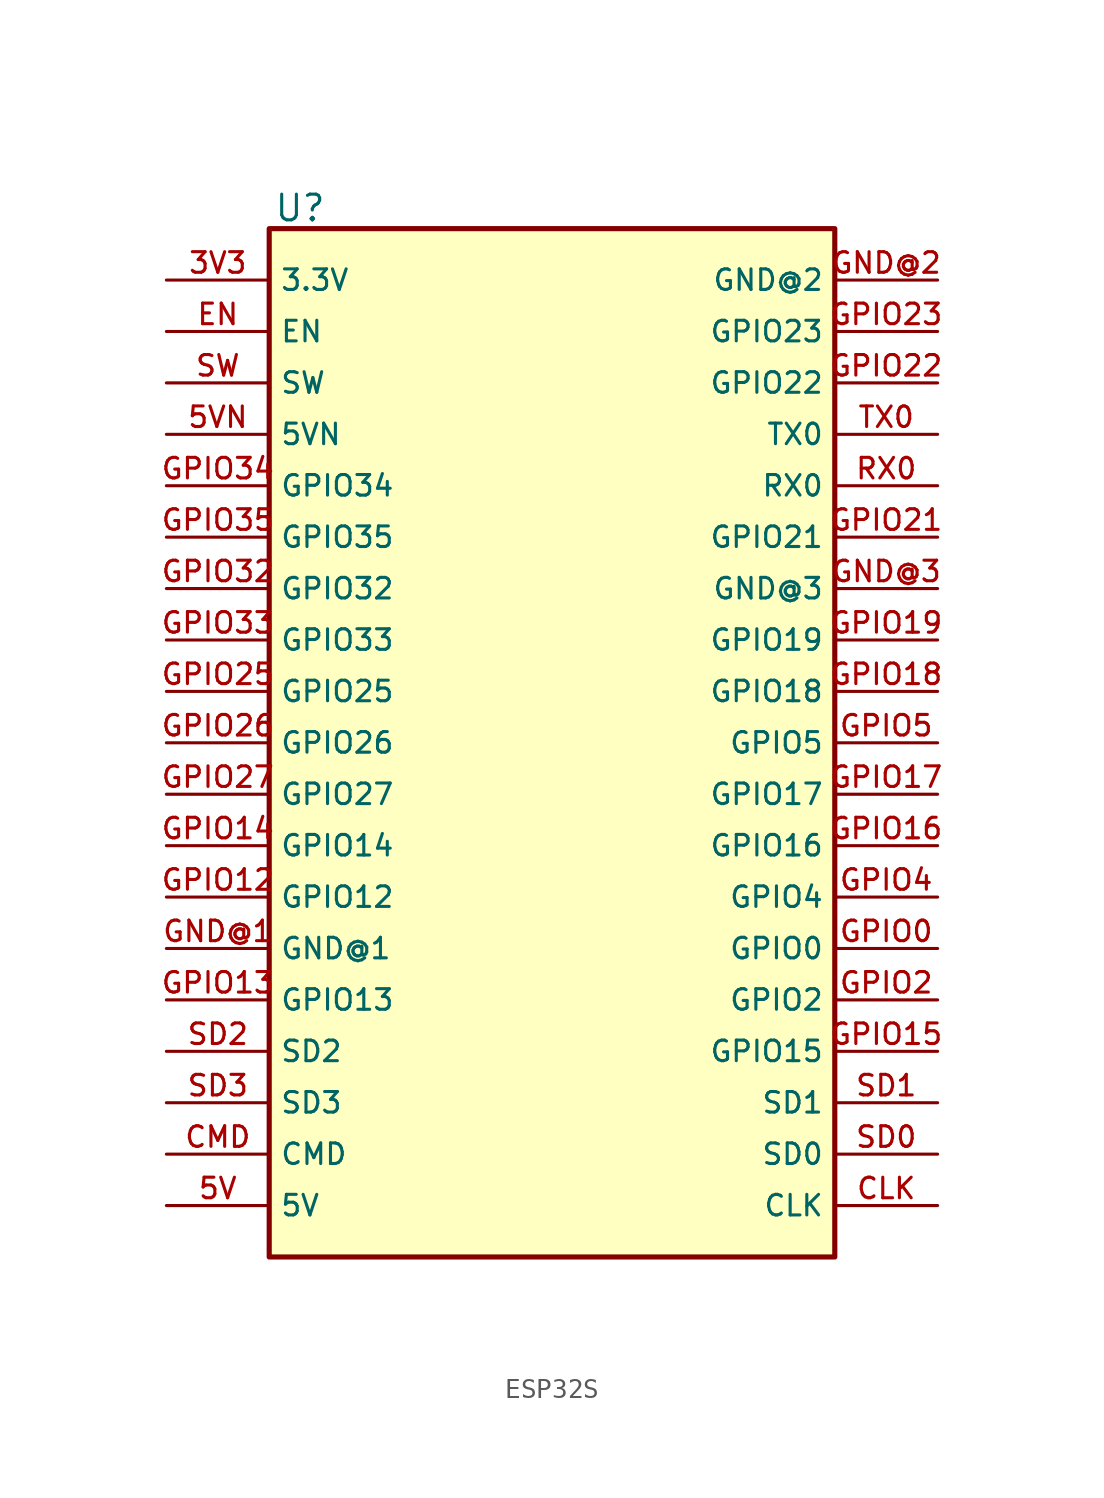
<source format=kicad_sym>
(kicad_symbol_lib
  (version 20231120)
  (generator "kicad_symbol_editor")
  (generator_version "8.0")
  (symbol "ESP32S"
    (property "Reference" "U"
      (at -9.906 51.816 0)
      (effects (font (size 1.27 1.27))))
    (property "Value" ""
      (at 0 0 0)
      (effects (font (size 1.27 1.27))))
    (symbol "ESP32S_0_0"
      (rectangle (start -11.43 50.8) (end 16.51 0) (stroke (width 0.254) (type default)) (fill (type background)))
      (pin bidirectional line (at -16.51 48.26 0) (length 5.08) (name "3.3V" (effects (font (size 1.016 1.016)))) (number "3V3" (effects (font (size 1.016 1.016)))))
      (pin bidirectional line (at -16.51 45.72 0) (length 5.08) (name "EN" (effects (font (size 1.016 1.016)))) (number "EN" (effects (font (size 1.016 1.016)))))
      (pin bidirectional line (at -16.51 15.24 0) (length 5.08) (name "GND@1" (effects (font (size 1.016 1.016)))) (number "GND@1" (effects (font (size 1.016 1.016)))))
      (pin bidirectional line (at 21.59 48.26 180) (length 5.08) (name "GND@2" (effects (font (size 1.016 1.016)))) (number "GND@2" (effects (font (size 1.016 1.016)))))
      (pin bidirectional line (at 21.59 33.02 180) (length 5.08) (name "GND@3" (effects (font (size 1.016 1.016)))) (number "GND@3" (effects (font (size 1.016 1.016)))))
      (pin bidirectional line (at 21.59 15.24 180) (length 5.08) (name "GPIO0" (effects (font (size 1.016 1.016)))) (number "GPIO0" (effects (font (size 1.016 1.016)))))
      (pin bidirectional line (at -16.51 17.78 0) (length 5.08) (name "GPIO12" (effects (font (size 1.016 1.016)))) (number "GPIO12" (effects (font (size 1.016 1.016)))))
      (pin bidirectional line (at -16.51 12.7 0) (length 5.08) (name "GPIO13" (effects (font (size 1.016 1.016)))) (number "GPIO13" (effects (font (size 1.016 1.016)))))
      (pin bidirectional line (at -16.51 20.32 0) (length 5.08) (name "GPIO14" (effects (font (size 1.016 1.016)))) (number "GPIO14" (effects (font (size 1.016 1.016)))))
      (pin bidirectional line (at 21.59 10.16 180) (length 5.08) (name "GPIO15" (effects (font (size 1.016 1.016)))) (number "GPIO15" (effects (font (size 1.016 1.016)))))
      (pin bidirectional line (at 21.59 20.32 180) (length 5.08) (name "GPIO16" (effects (font (size 1.016 1.016)))) (number "GPIO16" (effects (font (size 1.016 1.016)))))
      (pin bidirectional line (at 21.59 22.86 180) (length 5.08) (name "GPIO17" (effects (font (size 1.016 1.016)))) (number "GPIO17" (effects (font (size 1.016 1.016)))))
      (pin bidirectional line (at 21.59 27.94 180) (length 5.08) (name "GPIO18" (effects (font (size 1.016 1.016)))) (number "GPIO18" (effects (font (size 1.016 1.016)))))
      (pin bidirectional line (at 21.59 30.48 180) (length 5.08) (name "GPIO19" (effects (font (size 1.016 1.016)))) (number "GPIO19" (effects (font (size 1.016 1.016)))))
      (pin bidirectional line (at 21.59 12.7 180) (length 5.08) (name "GPIO2" (effects (font (size 1.016 1.016)))) (number "GPIO2" (effects (font (size 1.016 1.016)))))
      (pin bidirectional line (at 21.59 35.56 180) (length 5.08) (name "GPIO21" (effects (font (size 1.016 1.016)))) (number "GPIO21" (effects (font (size 1.016 1.016)))))
      (pin bidirectional line (at 21.59 43.18 180) (length 5.08) (name "GPIO22" (effects (font (size 1.016 1.016)))) (number "GPIO22" (effects (font (size 1.016 1.016)))))
      (pin bidirectional line (at 21.59 45.72 180) (length 5.08) (name "GPIO23" (effects (font (size 1.016 1.016)))) (number "GPIO23" (effects (font (size 1.016 1.016)))))
      (pin bidirectional line (at -16.51 27.94 0) (length 5.08) (name "GPIO25" (effects (font (size 1.016 1.016)))) (number "GPIO25" (effects (font (size 1.016 1.016)))))
      (pin bidirectional line (at -16.51 25.4 0) (length 5.08) (name "GPIO26" (effects (font (size 1.016 1.016)))) (number "GPIO26" (effects (font (size 1.016 1.016)))))
      (pin bidirectional line (at -16.51 22.86 0) (length 5.08) (name "GPIO27" (effects (font (size 1.016 1.016)))) (number "GPIO27" (effects (font (size 1.016 1.016)))))
      (pin bidirectional line (at -16.51 33.02 0) (length 5.08) (name "GPIO32" (effects (font (size 1.016 1.016)))) (number "GPIO32" (effects (font (size 1.016 1.016)))))
      (pin bidirectional line (at -16.51 30.48 0) (length 5.08) (name "GPIO33" (effects (font (size 1.016 1.016)))) (number "GPIO33" (effects (font (size 1.016 1.016)))))
      (pin input line (at -16.51 38.1 0) (length 5.08) (name "GPIO34" (effects (font (size 1.016 1.016)))) (number "GPIO34" (effects (font (size 1.016 1.016)))))
      (pin input line (at -16.51 35.56 0) (length 5.08) (name "GPIO35" (effects (font (size 1.016 1.016)))) (number "GPIO35" (effects (font (size 1.016 1.016)))))
      (pin bidirectional line (at 21.59 17.78 180) (length 5.08) (name "GPIO4" (effects (font (size 1.016 1.016)))) (number "GPIO4" (effects (font (size 1.016 1.016)))))
      (pin bidirectional line (at 21.59 25.4 180) (length 5.08) (name "GPIO5" (effects (font (size 1.016 1.016)))) (number "GPIO5" (effects (font (size 1.016 1.016)))))
      (pin bidirectional line (at 21.59 38.1 180) (length 5.08) (name "RX0" (effects (font (size 1.016 1.016)))) (number "RX0" (effects (font (size 1.016 1.016)))))
      (pin bidirectional line (at 21.59 40.64 180) (length 5.08) (name "TX0" (effects (font (size 1.016 1.016)))) (number "TX0" (effects (font (size 1.016 1.016))))))
    (symbol "ESP32S_1_0"
      (pin bidirectional line (at -16.51 2.54 0) (length 5.08) (name "5V" (effects (font (size 1.016 1.016)))) (number "5V" (effects (font (size 1.016 1.016)))))
      (pin input line (at -16.51 40.64 0) (length 5.08) (name "5VN" (effects (font (size 1.016 1.016)))) (number "5VN" (effects (font (size 1.016 1.016)))))
      (pin bidirectional line (at 21.59 2.54 180) (length 5.08) (name "CLK" (effects (font (size 1.016 1.016)))) (number "CLK" (effects (font (size 1.016 1.016)))))
      (pin bidirectional line (at -16.51 5.08 0) (length 5.08) (name "CMD" (effects (font (size 1.016 1.016)))) (number "CMD" (effects (font (size 1.016 1.016)))))
      (pin bidirectional line (at 21.59 5.08 180) (length 5.08) (name "SD0" (effects (font (size 1.016 1.016)))) (number "SD0" (effects (font (size 1.016 1.016)))))
      (pin bidirectional line (at 21.59 7.62 180) (length 5.08) (name "SD1" (effects (font (size 1.016 1.016)))) (number "SD1" (effects (font (size 1.016 1.016)))))
      (pin bidirectional line (at -16.51 10.16 0) (length 5.08) (name "SD2" (effects (font (size 1.016 1.016)))) (number "SD2" (effects (font (size 1.016 1.016)))))
      (pin bidirectional line (at -16.51 7.62 0) (length 5.08) (name "SD3" (effects (font (size 1.016 1.016)))) (number "SD3" (effects (font (size 1.016 1.016)))))
      (pin input line (at -16.51 43.18 0) (length 5.08) (name "SW" (effects (font (size 1.016 1.016)))) (number "SW" (effects (font (size 1.016 1.016))))))))
</source>
